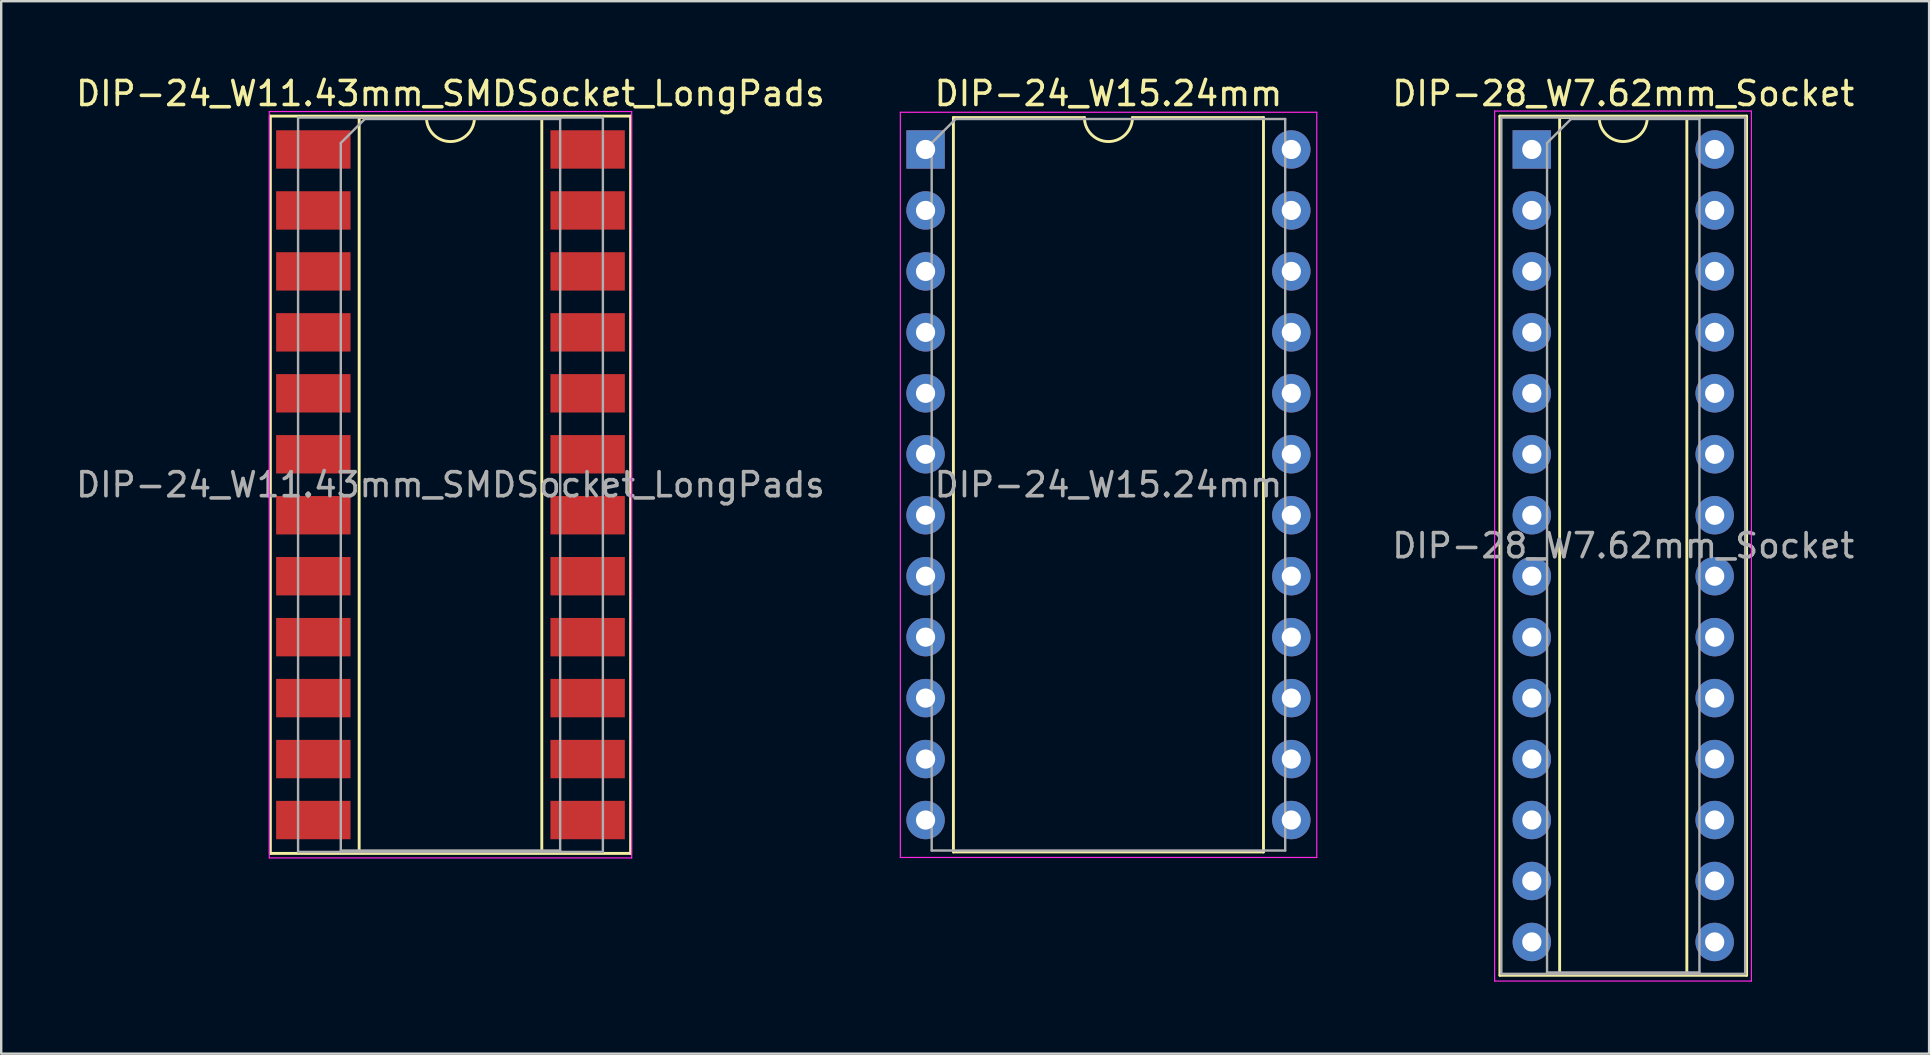
<source format=kicad_pcb>
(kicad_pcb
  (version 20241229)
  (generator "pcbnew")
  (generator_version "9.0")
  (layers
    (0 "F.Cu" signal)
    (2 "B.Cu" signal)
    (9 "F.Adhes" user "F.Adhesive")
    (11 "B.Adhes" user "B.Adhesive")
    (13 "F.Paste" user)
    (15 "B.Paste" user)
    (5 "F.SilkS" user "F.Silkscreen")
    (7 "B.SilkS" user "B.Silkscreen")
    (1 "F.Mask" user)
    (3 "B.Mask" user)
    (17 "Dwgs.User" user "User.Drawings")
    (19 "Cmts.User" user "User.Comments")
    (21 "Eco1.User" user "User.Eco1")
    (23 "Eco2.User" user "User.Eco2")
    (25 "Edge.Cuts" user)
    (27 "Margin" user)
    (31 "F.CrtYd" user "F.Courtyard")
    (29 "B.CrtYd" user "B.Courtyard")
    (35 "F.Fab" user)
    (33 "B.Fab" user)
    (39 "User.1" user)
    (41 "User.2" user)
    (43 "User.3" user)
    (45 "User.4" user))
  (footprint "DIP-28_W7.62mm_Socket"
    (layer "F.Cu")
    (at 60.775 3.178)
    (property "Reference" "DIP-28_W7.62mm_Socket" (at 3.81 -2.33 0) (layer "F.SilkS") (effects (font (size 1 1) (thickness 0.15))))
    (attr through_hole)
    (fp_line (start -1.33 -1.39) (end -1.33 34.41) (stroke (width 0.12) (type solid)) (layer "F.SilkS"))
    (fp_line (start -1.33 34.41) (end 8.95 34.41) (stroke (width 0.12) (type solid)) (layer "F.SilkS"))
    (fp_line (start 1.16 -1.33) (end 1.16 34.35) (stroke (width 0.12) (type solid)) (layer "F.SilkS"))
    (fp_line (start 1.16 34.35) (end 6.46 34.35) (stroke (width 0.12) (type solid)) (layer "F.SilkS"))
    (fp_line (start 2.81 -1.33) (end 1.16 -1.33) (stroke (width 0.12) (type solid)) (layer "F.SilkS"))
    (fp_line (start 6.46 -1.33) (end 4.81 -1.33) (stroke (width 0.12) (type solid)) (layer "F.SilkS"))
    (fp_line (start 6.46 34.35) (end 6.46 -1.33) (stroke (width 0.12) (type solid)) (layer "F.SilkS"))
    (fp_line (start 8.95 -1.39) (end -1.33 -1.39) (stroke (width 0.12) (type solid)) (layer "F.SilkS"))
    (fp_line (start 8.95 34.41) (end 8.95 -1.39) (stroke (width 0.12) (type solid)) (layer "F.SilkS"))
    (fp_arc (start 4.81 -1.33) (mid 3.81 -0.33) (end 2.81 -1.33) (stroke (width 0.12) (type solid)) (layer "F.SilkS"))
    (fp_line (start -1.55 -1.6) (end -1.55 34.65) (stroke (width 0.05) (type solid)) (layer "F.CrtYd"))
    (fp_line (start -1.55 34.65) (end 9.15 34.65) (stroke (width 0.05) (type solid)) (layer "F.CrtYd"))
    (fp_line (start 9.15 -1.6) (end -1.55 -1.6) (stroke (width 0.05) (type solid)) (layer "F.CrtYd"))
    (fp_line (start 9.15 34.65) (end 9.15 -1.6) (stroke (width 0.05) (type solid)) (layer "F.CrtYd"))
    (fp_line (start -1.27 -1.33) (end -1.27 34.35) (stroke (width 0.1) (type solid)) (layer "F.Fab"))
    (fp_line (start -1.27 34.35) (end 8.89 34.35) (stroke (width 0.1) (type solid)) (layer "F.Fab"))
    (fp_line (start 0.635 -0.27) (end 1.635 -1.27) (stroke (width 0.1) (type solid)) (layer "F.Fab"))
    (fp_line (start 0.635 34.29) (end 0.635 -0.27) (stroke (width 0.1) (type solid)) (layer "F.Fab"))
    (fp_line (start 1.635 -1.27) (end 6.985 -1.27) (stroke (width 0.1) (type solid)) (layer "F.Fab"))
    (fp_line (start 6.985 -1.27) (end 6.985 34.29) (stroke (width 0.1) (type solid)) (layer "F.Fab"))
    (fp_line (start 6.985 34.29) (end 0.635 34.29) (stroke (width 0.1) (type solid)) (layer "F.Fab"))
    (fp_line (start 8.89 -1.33) (end -1.27 -1.33) (stroke (width 0.1) (type solid)) (layer "F.Fab"))
    (fp_line (start 8.89 34.35) (end 8.89 -1.33) (stroke (width 0.1) (type solid)) (layer "F.Fab"))
    (fp_text user "${REFERENCE}" (at 3.81 16.51 0) (layer "F.Fab") (effects (font (size 1 1) (thickness 0.15))))
    (pad "1" thru_hole rect (at 0 0) (size 1.6 1.6) (drill 0.8) (layers "*.Cu" "*.Mask"))
    (pad "2" thru_hole oval (at 0 2.54) (size 1.6 1.6) (drill 0.8) (layers "*.Cu" "*.Mask"))
    (pad "3" thru_hole oval (at 0 5.08) (size 1.6 1.6) (drill 0.8) (layers "*.Cu" "*.Mask"))
    (pad "4" thru_hole oval (at 0 7.62) (size 1.6 1.6) (drill 0.8) (layers "*.Cu" "*.Mask"))
    (pad "5" thru_hole oval (at 0 10.16) (size 1.6 1.6) (drill 0.8) (layers "*.Cu" "*.Mask"))
    (pad "6" thru_hole oval (at 0 12.7) (size 1.6 1.6) (drill 0.8) (layers "*.Cu" "*.Mask"))
    (pad "7" thru_hole oval (at 0 15.24) (size 1.6 1.6) (drill 0.8) (layers "*.Cu" "*.Mask"))
    (pad "8" thru_hole oval (at 0 17.78) (size 1.6 1.6) (drill 0.8) (layers "*.Cu" "*.Mask"))
    (pad "9" thru_hole oval (at 0 20.32) (size 1.6 1.6) (drill 0.8) (layers "*.Cu" "*.Mask"))
    (pad "10" thru_hole oval (at 0 22.86) (size 1.6 1.6) (drill 0.8) (layers "*.Cu" "*.Mask"))
    (pad "11" thru_hole oval (at 0 25.4) (size 1.6 1.6) (drill 0.8) (layers "*.Cu" "*.Mask"))
    (pad "12" thru_hole oval (at 0 27.94) (size 1.6 1.6) (drill 0.8) (layers "*.Cu" "*.Mask"))
    (pad "13" thru_hole oval (at 0 30.48) (size 1.6 1.6) (drill 0.8) (layers "*.Cu" "*.Mask"))
    (pad "14" thru_hole oval (at 0 33.02) (size 1.6 1.6) (drill 0.8) (layers "*.Cu" "*.Mask"))
    (pad "15" thru_hole oval (at 7.62 33.02) (size 1.6 1.6) (drill 0.8) (layers "*.Cu" "*.Mask"))
    (pad "16" thru_hole oval (at 7.62 30.48) (size 1.6 1.6) (drill 0.8) (layers "*.Cu" "*.Mask"))
    (pad "17" thru_hole oval (at 7.62 27.94) (size 1.6 1.6) (drill 0.8) (layers "*.Cu" "*.Mask"))
    (pad "18" thru_hole oval (at 7.62 25.4) (size 1.6 1.6) (drill 0.8) (layers "*.Cu" "*.Mask"))
    (pad "19" thru_hole oval (at 7.62 22.86) (size 1.6 1.6) (drill 0.8) (layers "*.Cu" "*.Mask"))
    (pad "20" thru_hole oval (at 7.62 20.32) (size 1.6 1.6) (drill 0.8) (layers "*.Cu" "*.Mask"))
    (pad "21" thru_hole oval (at 7.62 17.78) (size 1.6 1.6) (drill 0.8) (layers "*.Cu" "*.Mask"))
    (pad "22" thru_hole oval (at 7.62 15.24) (size 1.6 1.6) (drill 0.8) (layers "*.Cu" "*.Mask"))
    (pad "23" thru_hole oval (at 7.62 12.7) (size 1.6 1.6) (drill 0.8) (layers "*.Cu" "*.Mask"))
    (pad "24" thru_hole oval (at 7.62 10.16) (size 1.6 1.6) (drill 0.8) (layers "*.Cu" "*.Mask"))
    (pad "25" thru_hole oval (at 7.62 7.62) (size 1.6 1.6) (drill 0.8) (layers "*.Cu" "*.Mask"))
    (pad "26" thru_hole oval (at 7.62 5.08) (size 1.6 1.6) (drill 0.8) (layers "*.Cu" "*.Mask"))
    (pad "27" thru_hole oval (at 7.62 2.54) (size 1.6 1.6) (drill 0.8) (layers "*.Cu" "*.Mask"))
    (pad "28" thru_hole oval (at 7.62 0) (size 1.6 1.6) (drill 0.8) (layers "*.Cu" "*.Mask")))
  (footprint "DIP-24_W15.24mm"
    (layer "F.Cu")
    (at 35.515 3.178)
    (property "Reference" "DIP-24_W15.24mm" (at 7.62 -2.33 0) (layer "F.SilkS") (effects (font (size 1 1) (thickness 0.15))))
    (attr through_hole)
    (fp_line (start 1.16 -1.33) (end 1.16 29.27) (stroke (width 0.12) (type solid)) (layer "F.SilkS"))
    (fp_line (start 1.16 29.27) (end 14.08 29.27) (stroke (width 0.12) (type solid)) (layer "F.SilkS"))
    (fp_line (start 6.62 -1.33) (end 1.16 -1.33) (stroke (width 0.12) (type solid)) (layer "F.SilkS"))
    (fp_line (start 14.08 -1.33) (end 8.62 -1.33) (stroke (width 0.12) (type solid)) (layer "F.SilkS"))
    (fp_line (start 14.08 29.27) (end 14.08 -1.33) (stroke (width 0.12) (type solid)) (layer "F.SilkS"))
    (fp_arc (start 8.62 -1.33) (mid 7.62 -0.33) (end 6.62 -1.33) (stroke (width 0.12) (type solid)) (layer "F.SilkS"))
    (fp_line (start -1.05 -1.55) (end -1.05 29.5) (stroke (width 0.05) (type solid)) (layer "F.CrtYd"))
    (fp_line (start -1.05 29.5) (end 16.3 29.5) (stroke (width 0.05) (type solid)) (layer "F.CrtYd"))
    (fp_line (start 16.3 -1.55) (end -1.05 -1.55) (stroke (width 0.05) (type solid)) (layer "F.CrtYd"))
    (fp_line (start 16.3 29.5) (end 16.3 -1.55) (stroke (width 0.05) (type solid)) (layer "F.CrtYd"))
    (fp_line (start 0.255 -0.27) (end 1.255 -1.27) (stroke (width 0.1) (type solid)) (layer "F.Fab"))
    (fp_line (start 0.255 29.21) (end 0.255 -0.27) (stroke (width 0.1) (type solid)) (layer "F.Fab"))
    (fp_line (start 1.255 -1.27) (end 14.985 -1.27) (stroke (width 0.1) (type solid)) (layer "F.Fab"))
    (fp_line (start 14.985 -1.27) (end 14.985 29.21) (stroke (width 0.1) (type solid)) (layer "F.Fab"))
    (fp_line (start 14.985 29.21) (end 0.255 29.21) (stroke (width 0.1) (type solid)) (layer "F.Fab"))
    (fp_text user "${REFERENCE}" (at 7.62 13.97 0) (layer "F.Fab") (effects (font (size 1 1) (thickness 0.15))))
    (pad "1" thru_hole rect (at 0 0) (size 1.6 1.6) (drill 0.8) (layers "*.Cu" "*.Mask"))
    (pad "2" thru_hole oval (at 0 2.54) (size 1.6 1.6) (drill 0.8) (layers "*.Cu" "*.Mask"))
    (pad "3" thru_hole oval (at 0 5.08) (size 1.6 1.6) (drill 0.8) (layers "*.Cu" "*.Mask"))
    (pad "4" thru_hole oval (at 0 7.62) (size 1.6 1.6) (drill 0.8) (layers "*.Cu" "*.Mask"))
    (pad "5" thru_hole oval (at 0 10.16) (size 1.6 1.6) (drill 0.8) (layers "*.Cu" "*.Mask"))
    (pad "6" thru_hole oval (at 0 12.7) (size 1.6 1.6) (drill 0.8) (layers "*.Cu" "*.Mask"))
    (pad "7" thru_hole oval (at 0 15.24) (size 1.6 1.6) (drill 0.8) (layers "*.Cu" "*.Mask"))
    (pad "8" thru_hole oval (at 0 17.78) (size 1.6 1.6) (drill 0.8) (layers "*.Cu" "*.Mask"))
    (pad "9" thru_hole oval (at 0 20.32) (size 1.6 1.6) (drill 0.8) (layers "*.Cu" "*.Mask"))
    (pad "10" thru_hole oval (at 0 22.86) (size 1.6 1.6) (drill 0.8) (layers "*.Cu" "*.Mask"))
    (pad "11" thru_hole oval (at 0 25.4) (size 1.6 1.6) (drill 0.8) (layers "*.Cu" "*.Mask"))
    (pad "12" thru_hole oval (at 0 27.94) (size 1.6 1.6) (drill 0.8) (layers "*.Cu" "*.Mask"))
    (pad "13" thru_hole oval (at 15.24 27.94) (size 1.6 1.6) (drill 0.8) (layers "*.Cu" "*.Mask"))
    (pad "14" thru_hole oval (at 15.24 25.4) (size 1.6 1.6) (drill 0.8) (layers "*.Cu" "*.Mask"))
    (pad "15" thru_hole oval (at 15.24 22.86) (size 1.6 1.6) (drill 0.8) (layers "*.Cu" "*.Mask"))
    (pad "16" thru_hole oval (at 15.24 20.32) (size 1.6 1.6) (drill 0.8) (layers "*.Cu" "*.Mask"))
    (pad "17" thru_hole oval (at 15.24 17.78) (size 1.6 1.6) (drill 0.8) (layers "*.Cu" "*.Mask"))
    (pad "18" thru_hole oval (at 15.24 15.24) (size 1.6 1.6) (drill 0.8) (layers "*.Cu" "*.Mask"))
    (pad "19" thru_hole oval (at 15.24 12.7) (size 1.6 1.6) (drill 0.8) (layers "*.Cu" "*.Mask"))
    (pad "20" thru_hole oval (at 15.24 10.16) (size 1.6 1.6) (drill 0.8) (layers "*.Cu" "*.Mask"))
    (pad "21" thru_hole oval (at 15.24 7.62) (size 1.6 1.6) (drill 0.8) (layers "*.Cu" "*.Mask"))
    (pad "22" thru_hole oval (at 15.24 5.08) (size 1.6 1.6) (drill 0.8) (layers "*.Cu" "*.Mask"))
    (pad "23" thru_hole oval (at 15.24 2.54) (size 1.6 1.6) (drill 0.8) (layers "*.Cu" "*.Mask"))
    (pad "24" thru_hole oval (at 15.24 0) (size 1.6 1.6) (drill 0.8) (layers "*.Cu" "*.Mask")))
  (footprint "DIP-24_W11.43mm_SMDSocket_LongPads"
    (layer "F.Cu")
    (at 15.72 17.148)
    (property "Reference" "DIP-24_W11.43mm_SMDSocket_LongPads" (at 0 -16.3 0) (layer "F.SilkS") (effects (font (size 1 1) (thickness 0.15))))
    (attr smd)
    (fp_line (start -7.505 -15.36) (end -7.505 15.36) (stroke (width 0.12) (type solid)) (layer "F.SilkS"))
    (fp_line (start -7.505 15.36) (end 7.505 15.36) (stroke (width 0.12) (type solid)) (layer "F.SilkS"))
    (fp_line (start -3.805 -15.3) (end -3.805 15.3) (stroke (width 0.12) (type solid)) (layer "F.SilkS"))
    (fp_line (start -3.805 15.3) (end 3.805 15.3) (stroke (width 0.12) (type solid)) (layer "F.SilkS"))
    (fp_line (start -1 -15.3) (end -3.805 -15.3) (stroke (width 0.12) (type solid)) (layer "F.SilkS"))
    (fp_line (start 3.805 -15.3) (end 1 -15.3) (stroke (width 0.12) (type solid)) (layer "F.SilkS"))
    (fp_line (start 3.805 15.3) (end 3.805 -15.3) (stroke (width 0.12) (type solid)) (layer "F.SilkS"))
    (fp_line (start 7.505 -15.36) (end -7.505 -15.36) (stroke (width 0.12) (type solid)) (layer "F.SilkS"))
    (fp_line (start 7.505 15.36) (end 7.505 -15.36) (stroke (width 0.12) (type solid)) (layer "F.SilkS"))
    (fp_arc (start 1 -15.3) (mid 0 -14.3) (end -1 -15.3) (stroke (width 0.12) (type solid)) (layer "F.SilkS"))
    (fp_line (start -7.55 -15.55) (end -7.55 15.55) (stroke (width 0.05) (type solid)) (layer "F.CrtYd"))
    (fp_line (start -7.55 15.55) (end 7.55 15.55) (stroke (width 0.05) (type solid)) (layer "F.CrtYd"))
    (fp_line (start 7.55 -15.55) (end -7.55 -15.55) (stroke (width 0.05) (type solid)) (layer "F.CrtYd"))
    (fp_line (start 7.55 15.55) (end 7.55 -15.55) (stroke (width 0.05) (type solid)) (layer "F.CrtYd"))
    (fp_line (start -6.35 -15.3) (end -6.35 15.3) (stroke (width 0.1) (type solid)) (layer "F.Fab"))
    (fp_line (start -6.35 15.3) (end 6.35 15.3) (stroke (width 0.1) (type solid)) (layer "F.Fab"))
    (fp_line (start -4.57 -14.24) (end -3.57 -15.24) (stroke (width 0.1) (type solid)) (layer "F.Fab"))
    (fp_line (start -4.57 15.24) (end -4.57 -14.24) (stroke (width 0.1) (type solid)) (layer "F.Fab"))
    (fp_line (start -3.57 -15.24) (end 4.57 -15.24) (stroke (width 0.1) (type solid)) (layer "F.Fab"))
    (fp_line (start 4.57 -15.24) (end 4.57 15.24) (stroke (width 0.1) (type solid)) (layer "F.Fab"))
    (fp_line (start 4.57 15.24) (end -4.57 15.24) (stroke (width 0.1) (type solid)) (layer "F.Fab"))
    (fp_line (start 6.35 -15.3) (end -6.35 -15.3) (stroke (width 0.1) (type solid)) (layer "F.Fab"))
    (fp_line (start 6.35 15.3) (end 6.35 -15.3) (stroke (width 0.1) (type solid)) (layer "F.Fab"))
    (fp_text user "${REFERENCE}" (at 0 0 0) (layer "F.Fab") (effects (font (size 1 1) (thickness 0.15))))
    (pad "1" smd rect (at -5.715 -13.97) (size 3.1 1.6) (layers "F.Cu" "F.Mask" "F.Paste"))
    (pad "2" smd rect (at -5.715 -11.43) (size 3.1 1.6) (layers "F.Cu" "F.Mask" "F.Paste"))
    (pad "3" smd rect (at -5.715 -8.89) (size 3.1 1.6) (layers "F.Cu" "F.Mask" "F.Paste"))
    (pad "4" smd rect (at -5.715 -6.35) (size 3.1 1.6) (layers "F.Cu" "F.Mask" "F.Paste"))
    (pad "5" smd rect (at -5.715 -3.81) (size 3.1 1.6) (layers "F.Cu" "F.Mask" "F.Paste"))
    (pad "6" smd rect (at -5.715 -1.27) (size 3.1 1.6) (layers "F.Cu" "F.Mask" "F.Paste"))
    (pad "7" smd rect (at -5.715 1.27) (size 3.1 1.6) (layers "F.Cu" "F.Mask" "F.Paste"))
    (pad "8" smd rect (at -5.715 3.81) (size 3.1 1.6) (layers "F.Cu" "F.Mask" "F.Paste"))
    (pad "9" smd rect (at -5.715 6.35) (size 3.1 1.6) (layers "F.Cu" "F.Mask" "F.Paste"))
    (pad "10" smd rect (at -5.715 8.89) (size 3.1 1.6) (layers "F.Cu" "F.Mask" "F.Paste"))
    (pad "11" smd rect (at -5.715 11.43) (size 3.1 1.6) (layers "F.Cu" "F.Mask" "F.Paste"))
    (pad "12" smd rect (at -5.715 13.97) (size 3.1 1.6) (layers "F.Cu" "F.Mask" "F.Paste"))
    (pad "13" smd rect (at 5.715 13.97) (size 3.1 1.6) (layers "F.Cu" "F.Mask" "F.Paste"))
    (pad "14" smd rect (at 5.715 11.43) (size 3.1 1.6) (layers "F.Cu" "F.Mask" "F.Paste"))
    (pad "15" smd rect (at 5.715 8.89) (size 3.1 1.6) (layers "F.Cu" "F.Mask" "F.Paste"))
    (pad "16" smd rect (at 5.715 6.35) (size 3.1 1.6) (layers "F.Cu" "F.Mask" "F.Paste"))
    (pad "17" smd rect (at 5.715 3.81) (size 3.1 1.6) (layers "F.Cu" "F.Mask" "F.Paste"))
    (pad "18" smd rect (at 5.715 1.27) (size 3.1 1.6) (layers "F.Cu" "F.Mask" "F.Paste"))
    (pad "19" smd rect (at 5.715 -1.27) (size 3.1 1.6) (layers "F.Cu" "F.Mask" "F.Paste"))
    (pad "20" smd rect (at 5.715 -3.81) (size 3.1 1.6) (layers "F.Cu" "F.Mask" "F.Paste"))
    (pad "21" smd rect (at 5.715 -6.35) (size 3.1 1.6) (layers "F.Cu" "F.Mask" "F.Paste"))
    (pad "22" smd rect (at 5.715 -8.89) (size 3.1 1.6) (layers "F.Cu" "F.Mask" "F.Paste"))
    (pad "23" smd rect (at 5.715 -11.43) (size 3.1 1.6) (layers "F.Cu" "F.Mask" "F.Paste"))
    (pad "24" smd rect (at 5.715 -13.97) (size 3.1 1.6) (layers "F.Cu" "F.Mask" "F.Paste")))
  (gr_rect
    (start -3 -3)
    (end 77.329 40.853)
    (stroke (width 0.1) (type default))
    (fill no)
    (layer "Edge.Cuts")))
</source>
